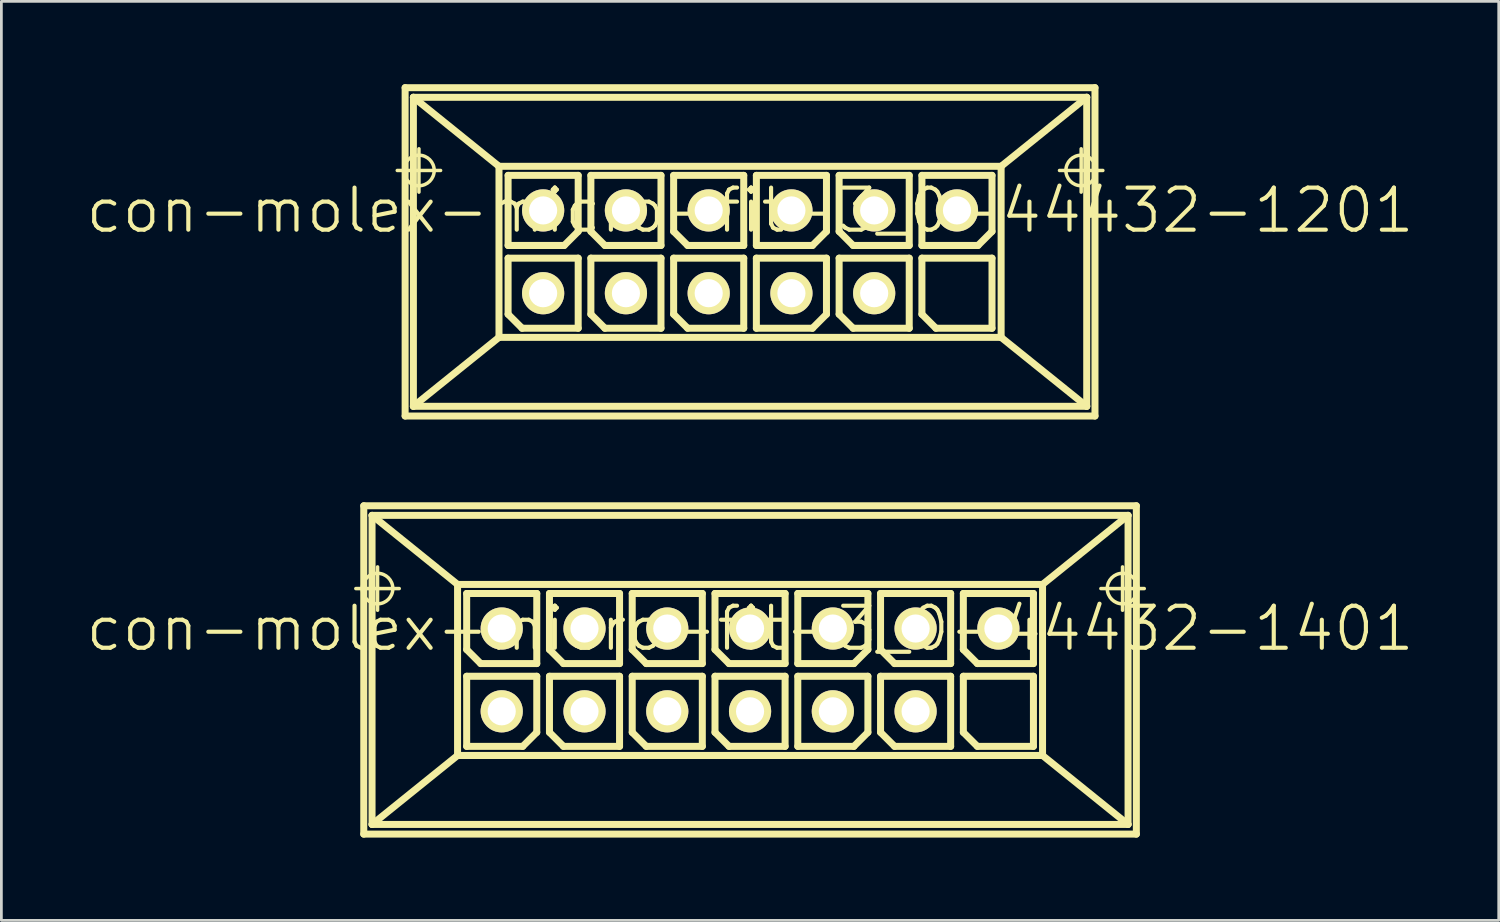
<source format=kicad_pcb>
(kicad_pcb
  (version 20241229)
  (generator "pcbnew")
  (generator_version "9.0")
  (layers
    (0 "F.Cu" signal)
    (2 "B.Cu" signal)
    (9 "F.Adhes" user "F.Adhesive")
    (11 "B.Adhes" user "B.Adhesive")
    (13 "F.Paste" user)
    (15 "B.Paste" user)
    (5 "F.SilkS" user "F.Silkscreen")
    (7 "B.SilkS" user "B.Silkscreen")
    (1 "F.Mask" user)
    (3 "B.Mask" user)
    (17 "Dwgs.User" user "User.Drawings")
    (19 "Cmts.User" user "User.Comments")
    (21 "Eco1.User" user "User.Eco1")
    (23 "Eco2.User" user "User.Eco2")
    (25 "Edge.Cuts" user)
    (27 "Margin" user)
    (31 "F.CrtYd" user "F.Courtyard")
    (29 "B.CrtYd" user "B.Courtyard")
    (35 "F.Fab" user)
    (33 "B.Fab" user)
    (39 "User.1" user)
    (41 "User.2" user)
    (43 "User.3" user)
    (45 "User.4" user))
  (footprint "con-molex-micro-fit-3_0-44432-1201"
    (layer "F.Cu")
    (at 24.13 4.575)
    (property "Reference" "con-molex-micro-fit-3_0-44432-1201" (at 0 0 0) (layer "F.SilkS") (effects (font (size 1.524 1.524) (thickness 0.15))))
    (attr exclude_from_pos_files exclude_from_bom)
    (fp_line (start -12.784 -1.448) (end -11.214 -1.448) (stroke (width 0.127) (type solid)) (layer "F.SilkS"))
    (fp_line (start -12.499 -4.448) (end 12.499 -4.448) (stroke (width 0.254) (type solid)) (layer "F.SilkS"))
    (fp_line (start -12.499 7.45) (end -12.499 -4.448) (stroke (width 0.254) (type solid)) (layer "F.SilkS"))
    (fp_line (start -12.2 -4.1) (end -9.098 -1.598) (stroke (width 0.254) (type solid)) (layer "F.SilkS"))
    (fp_line (start -12.2 -4.1) (end 12.2 -4.1) (stroke (width 0.254) (type solid)) (layer "F.SilkS"))
    (fp_line (start -12.2 7.099) (end -12.2 -4.1) (stroke (width 0.254) (type solid)) (layer "F.SilkS"))
    (fp_line (start -11.999 -0.663) (end -11.999 -2.233) (stroke (width 0.127) (type solid)) (layer "F.SilkS"))
    (fp_line (start -9.098 -1.598) (end -9.098 4.6) (stroke (width 0.254) (type solid)) (layer "F.SilkS"))
    (fp_line (start -9.098 -1.598) (end 9.098 -1.598) (stroke (width 0.254) (type solid)) (layer "F.SilkS"))
    (fp_line (start -9.098 4.6) (end -12.2 7.099) (stroke (width 0.254) (type solid)) (layer "F.SilkS"))
    (fp_line (start -9.098 4.6) (end 9.098 4.6) (stroke (width 0.254) (type solid)) (layer "F.SilkS"))
    (fp_line (start -8.768 -1.27) (end -6.228 -1.27) (stroke (width 0.254) (type solid)) (layer "F.SilkS"))
    (fp_line (start -8.768 1.27) (end -8.768 -1.27) (stroke (width 0.254) (type solid)) (layer "F.SilkS"))
    (fp_line (start -8.768 1.73) (end -6.228 1.73) (stroke (width 0.254) (type solid)) (layer "F.SilkS"))
    (fp_line (start -8.768 3.762) (end -8.768 1.73) (stroke (width 0.254) (type solid)) (layer "F.SilkS"))
    (fp_line (start -8.26 4.27) (end -8.768 3.762) (stroke (width 0.254) (type solid)) (layer "F.SilkS"))
    (fp_line (start -6.736 1.27) (end -8.768 1.27) (stroke (width 0.254) (type solid)) (layer "F.SilkS"))
    (fp_line (start -6.228 -1.27) (end -6.228 0.762) (stroke (width 0.254) (type solid)) (layer "F.SilkS"))
    (fp_line (start -6.228 0.762) (end -6.736 1.27) (stroke (width 0.254) (type solid)) (layer "F.SilkS"))
    (fp_line (start -6.228 1.73) (end -6.228 4.27) (stroke (width 0.254) (type solid)) (layer "F.SilkS"))
    (fp_line (start -6.228 4.27) (end -8.26 4.27) (stroke (width 0.254) (type solid)) (layer "F.SilkS"))
    (fp_line (start -5.768 -1.27) (end -3.228 -1.27) (stroke (width 0.254) (type solid)) (layer "F.SilkS"))
    (fp_line (start -5.768 0.762) (end -5.768 -1.27) (stroke (width 0.254) (type solid)) (layer "F.SilkS"))
    (fp_line (start -5.768 1.73) (end -3.228 1.73) (stroke (width 0.254) (type solid)) (layer "F.SilkS"))
    (fp_line (start -5.768 3.762) (end -5.768 1.73) (stroke (width 0.254) (type solid)) (layer "F.SilkS"))
    (fp_line (start -5.26 1.27) (end -5.768 0.762) (stroke (width 0.254) (type solid)) (layer "F.SilkS"))
    (fp_line (start -5.26 4.27) (end -5.768 3.762) (stroke (width 0.254) (type solid)) (layer "F.SilkS"))
    (fp_line (start -3.228 -1.27) (end -3.228 1.27) (stroke (width 0.254) (type solid)) (layer "F.SilkS"))
    (fp_line (start -3.228 1.27) (end -5.26 1.27) (stroke (width 0.254) (type solid)) (layer "F.SilkS"))
    (fp_line (start -3.228 1.73) (end -3.228 4.27) (stroke (width 0.254) (type solid)) (layer "F.SilkS"))
    (fp_line (start -3.228 4.27) (end -5.26 4.27) (stroke (width 0.254) (type solid)) (layer "F.SilkS"))
    (fp_line (start -2.769 -1.27) (end -0.229 -1.27) (stroke (width 0.254) (type solid)) (layer "F.SilkS"))
    (fp_line (start -2.769 0.762) (end -2.769 -1.27) (stroke (width 0.254) (type solid)) (layer "F.SilkS"))
    (fp_line (start -2.769 1.73) (end -0.229 1.73) (stroke (width 0.254) (type solid)) (layer "F.SilkS"))
    (fp_line (start -2.769 3.762) (end -2.769 1.73) (stroke (width 0.254) (type solid)) (layer "F.SilkS"))
    (fp_line (start -2.261 1.27) (end -2.769 0.762) (stroke (width 0.254) (type solid)) (layer "F.SilkS"))
    (fp_line (start -2.261 4.27) (end -2.769 3.762) (stroke (width 0.254) (type solid)) (layer "F.SilkS"))
    (fp_line (start -0.229 -1.27) (end -0.229 1.27) (stroke (width 0.254) (type solid)) (layer "F.SilkS"))
    (fp_line (start -0.229 1.27) (end -2.261 1.27) (stroke (width 0.254) (type solid)) (layer "F.SilkS"))
    (fp_line (start -0.229 1.73) (end -0.229 4.27) (stroke (width 0.254) (type solid)) (layer "F.SilkS"))
    (fp_line (start -0.229 4.27) (end -2.261 4.27) (stroke (width 0.254) (type solid)) (layer "F.SilkS"))
    (fp_line (start 0.229 -1.27) (end 2.769 -1.27) (stroke (width 0.254) (type solid)) (layer "F.SilkS"))
    (fp_line (start 0.229 1.27) (end 0.229 -1.27) (stroke (width 0.254) (type solid)) (layer "F.SilkS"))
    (fp_line (start 0.229 1.73) (end 2.769 1.73) (stroke (width 0.254) (type solid)) (layer "F.SilkS"))
    (fp_line (start 0.229 4.27) (end 0.229 1.73) (stroke (width 0.254) (type solid)) (layer "F.SilkS"))
    (fp_line (start 2.261 1.27) (end 0.229 1.27) (stroke (width 0.254) (type solid)) (layer "F.SilkS"))
    (fp_line (start 2.261 4.27) (end 0.229 4.27) (stroke (width 0.254) (type solid)) (layer "F.SilkS"))
    (fp_line (start 2.769 -1.27) (end 2.769 0.762) (stroke (width 0.254) (type solid)) (layer "F.SilkS"))
    (fp_line (start 2.769 0.762) (end 2.261 1.27) (stroke (width 0.254) (type solid)) (layer "F.SilkS"))
    (fp_line (start 2.769 1.73) (end 2.769 3.762) (stroke (width 0.254) (type solid)) (layer "F.SilkS"))
    (fp_line (start 2.769 3.762) (end 2.261 4.27) (stroke (width 0.254) (type solid)) (layer "F.SilkS"))
    (fp_line (start 3.228 -1.27) (end 5.768 -1.27) (stroke (width 0.254) (type solid)) (layer "F.SilkS"))
    (fp_line (start 3.228 0.762) (end 3.228 -1.27) (stroke (width 0.254) (type solid)) (layer "F.SilkS"))
    (fp_line (start 3.228 1.73) (end 5.768 1.73) (stroke (width 0.254) (type solid)) (layer "F.SilkS"))
    (fp_line (start 3.228 3.762) (end 3.228 1.73) (stroke (width 0.254) (type solid)) (layer "F.SilkS"))
    (fp_line (start 3.736 1.27) (end 3.228 0.762) (stroke (width 0.254) (type solid)) (layer "F.SilkS"))
    (fp_line (start 3.736 4.27) (end 3.228 3.762) (stroke (width 0.254) (type solid)) (layer "F.SilkS"))
    (fp_line (start 5.768 -1.27) (end 5.768 1.27) (stroke (width 0.254) (type solid)) (layer "F.SilkS"))
    (fp_line (start 5.768 1.27) (end 3.736 1.27) (stroke (width 0.254) (type solid)) (layer "F.SilkS"))
    (fp_line (start 5.768 1.73) (end 5.768 4.27) (stroke (width 0.254) (type solid)) (layer "F.SilkS"))
    (fp_line (start 5.768 4.27) (end 3.736 4.27) (stroke (width 0.254) (type solid)) (layer "F.SilkS"))
    (fp_line (start 6.228 -1.27) (end 8.768 -1.27) (stroke (width 0.254) (type solid)) (layer "F.SilkS"))
    (fp_line (start 6.228 1.27) (end 6.228 -1.27) (stroke (width 0.254) (type solid)) (layer "F.SilkS"))
    (fp_line (start 6.228 1.73) (end 8.768 1.73) (stroke (width 0.254) (type solid)) (layer "F.SilkS"))
    (fp_line (start 6.228 3.762) (end 6.228 1.73) (stroke (width 0.254) (type solid)) (layer "F.SilkS"))
    (fp_line (start 6.736 4.27) (end 6.228 3.762) (stroke (width 0.254) (type solid)) (layer "F.SilkS"))
    (fp_line (start 8.26 1.27) (end 6.228 1.27) (stroke (width 0.254) (type solid)) (layer "F.SilkS"))
    (fp_line (start 8.768 -1.27) (end 8.768 0.762) (stroke (width 0.254) (type solid)) (layer "F.SilkS"))
    (fp_line (start 8.768 0.762) (end 8.26 1.27) (stroke (width 0.254) (type solid)) (layer "F.SilkS"))
    (fp_line (start 8.768 1.73) (end 8.768 4.27) (stroke (width 0.254) (type solid)) (layer "F.SilkS"))
    (fp_line (start 8.768 4.27) (end 6.736 4.27) (stroke (width 0.254) (type solid)) (layer "F.SilkS"))
    (fp_line (start 9.098 -1.598) (end 12.2 -4.1) (stroke (width 0.254) (type solid)) (layer "F.SilkS"))
    (fp_line (start 9.098 4.6) (end 9.098 -1.598) (stroke (width 0.254) (type solid)) (layer "F.SilkS"))
    (fp_line (start 9.098 4.6) (end 12.2 7.099) (stroke (width 0.254) (type solid)) (layer "F.SilkS"))
    (fp_line (start 11.214 -1.448) (end 12.784 -1.448) (stroke (width 0.127) (type solid)) (layer "F.SilkS"))
    (fp_line (start 11.999 -0.663) (end 11.999 -2.233) (stroke (width 0.127) (type solid)) (layer "F.SilkS"))
    (fp_line (start 12.2 -4.1) (end 12.2 7.099) (stroke (width 0.254) (type solid)) (layer "F.SilkS"))
    (fp_line (start 12.2 7.099) (end -12.2 7.099) (stroke (width 0.254) (type solid)) (layer "F.SilkS"))
    (fp_line (start 12.499 -4.448) (end 12.499 7.45) (stroke (width 0.254) (type solid)) (layer "F.SilkS"))
    (fp_line (start 12.499 7.45) (end -12.499 7.45) (stroke (width 0.254) (type solid)) (layer "F.SilkS"))
    (fp_circle (center -11.999 -1.448) (end -12.39 -1.839) (stroke (width 0.127) (type solid)) (fill no) (layer "F.SilkS"))
    (fp_circle (center 11.999 -1.448) (end 12.39 -1.839) (stroke (width 0.127) (type solid)) (fill no) (layer "F.SilkS"))
    (pad "P$1" thru_hole rect (at 7.498 3) (size 0.001 0.001) (drill 1.019) (layers "*.Cu" "F.Mask" "F.SilkS" "F.Paste"))
    (pad "P$2" thru_hole circle (at 4.498 3) (size 1.529 1.529) (drill 1.019) (layers "*.Cu" "F.Mask" "F.SilkS" "F.Paste"))
    (pad "P$3" thru_hole circle (at 1.499 3) (size 1.529 1.529) (drill 1.019) (layers "*.Cu" "F.Mask" "F.SilkS" "F.Paste"))
    (pad "P$4" thru_hole circle (at -1.499 3) (size 1.529 1.529) (drill 1.019) (layers "*.Cu" "F.Mask" "F.SilkS" "F.Paste"))
    (pad "P$5" thru_hole circle (at -4.498 3) (size 1.529 1.529) (drill 1.019) (layers "*.Cu" "F.Mask" "F.SilkS" "F.Paste"))
    (pad "P$6" thru_hole circle (at -7.498 3) (size 1.529 1.529) (drill 1.019) (layers "*.Cu" "F.Mask" "F.SilkS" "F.Paste"))
    (pad "P$7" thru_hole circle (at 7.498 0) (size 1.529 1.529) (drill 1.019) (layers "*.Cu" "F.Mask" "F.SilkS" "F.Paste"))
    (pad "P$8" thru_hole circle (at 4.498 0) (size 1.529 1.529) (drill 1.019) (layers "*.Cu" "F.Mask" "F.SilkS" "F.Paste"))
    (pad "P$9" thru_hole circle (at 1.499 0) (size 1.529 1.529) (drill 1.019) (layers "*.Cu" "F.Mask" "F.SilkS" "F.Paste"))
    (pad "P$10" thru_hole circle (at -1.499 0) (size 1.529 1.529) (drill 1.019) (layers "*.Cu" "F.Mask" "F.SilkS" "F.Paste"))
    (pad "P$11" thru_hole circle (at -4.498 0) (size 1.529 1.529) (drill 1.019) (layers "*.Cu" "F.Mask" "F.SilkS" "F.Paste"))
    (pad "P$12" thru_hole circle (at -7.498 0) (size 1.529 1.529) (drill 1.019) (layers "*.Cu" "F.Mask" "F.SilkS" "F.Paste")))
  (footprint "con-molex-micro-fit-3_0-44432-1401"
    (layer "F.Cu")
    (at 24.13 19.726)
    (property "Reference" "con-molex-micro-fit-3_0-44432-1401" (at 0 0 0) (layer "F.SilkS") (effects (font (size 1.524 1.524) (thickness 0.15))))
    (attr exclude_from_pos_files exclude_from_bom)
    (fp_line (start -14.285 -1.448) (end -12.713 -1.448) (stroke (width 0.127) (type solid)) (layer "F.SilkS"))
    (fp_line (start -13.998 -4.448) (end 13.998 -4.448) (stroke (width 0.254) (type solid)) (layer "F.SilkS"))
    (fp_line (start -13.998 7.45) (end -13.998 -4.448) (stroke (width 0.254) (type solid)) (layer "F.SilkS"))
    (fp_line (start -13.698 -4.1) (end -10.599 -1.598) (stroke (width 0.254) (type solid)) (layer "F.SilkS"))
    (fp_line (start -13.698 -4.1) (end 13.698 -4.1) (stroke (width 0.254) (type solid)) (layer "F.SilkS"))
    (fp_line (start -13.698 7.099) (end -13.698 -4.1) (stroke (width 0.254) (type solid)) (layer "F.SilkS"))
    (fp_line (start -13.498 -0.663) (end -13.498 -2.233) (stroke (width 0.127) (type solid)) (layer "F.SilkS"))
    (fp_line (start -10.599 -1.598) (end -10.599 4.6) (stroke (width 0.254) (type solid)) (layer "F.SilkS"))
    (fp_line (start -10.599 -1.598) (end 10.599 -1.598) (stroke (width 0.254) (type solid)) (layer "F.SilkS"))
    (fp_line (start -10.599 4.6) (end -13.698 7.099) (stroke (width 0.254) (type solid)) (layer "F.SilkS"))
    (fp_line (start -10.599 4.6) (end 10.599 4.6) (stroke (width 0.254) (type solid)) (layer "F.SilkS"))
    (fp_line (start -10.269 -1.27) (end -7.729 -1.27) (stroke (width 0.254) (type solid)) (layer "F.SilkS"))
    (fp_line (start -10.269 0.762) (end -10.269 -1.27) (stroke (width 0.254) (type solid)) (layer "F.SilkS"))
    (fp_line (start -10.269 1.73) (end -7.729 1.73) (stroke (width 0.254) (type solid)) (layer "F.SilkS"))
    (fp_line (start -10.269 4.27) (end -10.269 1.73) (stroke (width 0.254) (type solid)) (layer "F.SilkS"))
    (fp_line (start -9.761 1.27) (end -10.269 0.762) (stroke (width 0.254) (type solid)) (layer "F.SilkS"))
    (fp_line (start -8.237 4.27) (end -10.269 4.27) (stroke (width 0.254) (type solid)) (layer "F.SilkS"))
    (fp_line (start -7.729 -1.27) (end -7.729 1.27) (stroke (width 0.254) (type solid)) (layer "F.SilkS"))
    (fp_line (start -7.729 1.27) (end -9.761 1.27) (stroke (width 0.254) (type solid)) (layer "F.SilkS"))
    (fp_line (start -7.729 1.73) (end -7.729 3.762) (stroke (width 0.254) (type solid)) (layer "F.SilkS"))
    (fp_line (start -7.729 3.762) (end -8.237 4.27) (stroke (width 0.254) (type solid)) (layer "F.SilkS"))
    (fp_line (start -7.269 -1.27) (end -4.729 -1.27) (stroke (width 0.254) (type solid)) (layer "F.SilkS"))
    (fp_line (start -7.269 0.762) (end -7.269 -1.27) (stroke (width 0.254) (type solid)) (layer "F.SilkS"))
    (fp_line (start -7.269 1.73) (end -4.729 1.73) (stroke (width 0.254) (type solid)) (layer "F.SilkS"))
    (fp_line (start -7.269 3.762) (end -7.269 1.73) (stroke (width 0.254) (type solid)) (layer "F.SilkS"))
    (fp_line (start -6.761 1.27) (end -7.269 0.762) (stroke (width 0.254) (type solid)) (layer "F.SilkS"))
    (fp_line (start -6.761 4.27) (end -7.269 3.762) (stroke (width 0.254) (type solid)) (layer "F.SilkS"))
    (fp_line (start -4.729 -1.27) (end -4.729 1.27) (stroke (width 0.254) (type solid)) (layer "F.SilkS"))
    (fp_line (start -4.729 1.27) (end -6.761 1.27) (stroke (width 0.254) (type solid)) (layer "F.SilkS"))
    (fp_line (start -4.729 1.73) (end -4.729 4.27) (stroke (width 0.254) (type solid)) (layer "F.SilkS"))
    (fp_line (start -4.729 4.27) (end -6.761 4.27) (stroke (width 0.254) (type solid)) (layer "F.SilkS"))
    (fp_line (start -4.27 -1.27) (end -1.73 -1.27) (stroke (width 0.254) (type solid)) (layer "F.SilkS"))
    (fp_line (start -4.27 0.762) (end -4.27 -1.27) (stroke (width 0.254) (type solid)) (layer "F.SilkS"))
    (fp_line (start -4.27 1.73) (end -1.73 1.73) (stroke (width 0.254) (type solid)) (layer "F.SilkS"))
    (fp_line (start -4.27 3.762) (end -4.27 1.73) (stroke (width 0.254) (type solid)) (layer "F.SilkS"))
    (fp_line (start -3.762 1.27) (end -4.27 0.762) (stroke (width 0.254) (type solid)) (layer "F.SilkS"))
    (fp_line (start -3.762 4.27) (end -4.27 3.762) (stroke (width 0.254) (type solid)) (layer "F.SilkS"))
    (fp_line (start -1.73 -1.27) (end -1.73 1.27) (stroke (width 0.254) (type solid)) (layer "F.SilkS"))
    (fp_line (start -1.73 1.27) (end -3.762 1.27) (stroke (width 0.254) (type solid)) (layer "F.SilkS"))
    (fp_line (start -1.73 1.73) (end -1.73 4.27) (stroke (width 0.254) (type solid)) (layer "F.SilkS"))
    (fp_line (start -1.73 4.27) (end -3.762 4.27) (stroke (width 0.254) (type solid)) (layer "F.SilkS"))
    (fp_line (start -1.27 -1.27) (end 1.27 -1.27) (stroke (width 0.254) (type solid)) (layer "F.SilkS"))
    (fp_line (start -1.27 0.762) (end -1.27 -1.27) (stroke (width 0.254) (type solid)) (layer "F.SilkS"))
    (fp_line (start -1.27 1.73) (end 1.27 1.73) (stroke (width 0.254) (type solid)) (layer "F.SilkS"))
    (fp_line (start -1.27 3.762) (end -1.27 1.73) (stroke (width 0.254) (type solid)) (layer "F.SilkS"))
    (fp_line (start -0.762 1.27) (end -1.27 0.762) (stroke (width 0.254) (type solid)) (layer "F.SilkS"))
    (fp_line (start -0.762 4.27) (end -1.27 3.762) (stroke (width 0.254) (type solid)) (layer "F.SilkS"))
    (fp_line (start 1.27 -1.27) (end 1.27 1.27) (stroke (width 0.254) (type solid)) (layer "F.SilkS"))
    (fp_line (start 1.27 1.27) (end -0.762 1.27) (stroke (width 0.254) (type solid)) (layer "F.SilkS"))
    (fp_line (start 1.27 1.73) (end 1.27 4.27) (stroke (width 0.254) (type solid)) (layer "F.SilkS"))
    (fp_line (start 1.27 4.27) (end -0.762 4.27) (stroke (width 0.254) (type solid)) (layer "F.SilkS"))
    (fp_line (start 1.73 -1.27) (end 4.27 -1.27) (stroke (width 0.254) (type solid)) (layer "F.SilkS"))
    (fp_line (start 1.73 1.27) (end 1.73 -1.27) (stroke (width 0.254) (type solid)) (layer "F.SilkS"))
    (fp_line (start 1.73 1.73) (end 4.27 1.73) (stroke (width 0.254) (type solid)) (layer "F.SilkS"))
    (fp_line (start 1.73 4.27) (end 1.73 1.73) (stroke (width 0.254) (type solid)) (layer "F.SilkS"))
    (fp_line (start 3.762 1.27) (end 1.73 1.27) (stroke (width 0.254) (type solid)) (layer "F.SilkS"))
    (fp_line (start 3.762 4.27) (end 1.73 4.27) (stroke (width 0.254) (type solid)) (layer "F.SilkS"))
    (fp_line (start 4.27 -1.27) (end 4.27 0.762) (stroke (width 0.254) (type solid)) (layer "F.SilkS"))
    (fp_line (start 4.27 0.762) (end 3.762 1.27) (stroke (width 0.254) (type solid)) (layer "F.SilkS"))
    (fp_line (start 4.27 1.73) (end 4.27 3.762) (stroke (width 0.254) (type solid)) (layer "F.SilkS"))
    (fp_line (start 4.27 3.762) (end 3.762 4.27) (stroke (width 0.254) (type solid)) (layer "F.SilkS"))
    (fp_line (start 4.729 -1.27) (end 7.269 -1.27) (stroke (width 0.254) (type solid)) (layer "F.SilkS"))
    (fp_line (start 4.729 0.762) (end 4.729 -1.27) (stroke (width 0.254) (type solid)) (layer "F.SilkS"))
    (fp_line (start 4.729 1.73) (end 7.269 1.73) (stroke (width 0.254) (type solid)) (layer "F.SilkS"))
    (fp_line (start 4.729 3.762) (end 4.729 1.73) (stroke (width 0.254) (type solid)) (layer "F.SilkS"))
    (fp_line (start 5.237 1.27) (end 4.729 0.762) (stroke (width 0.254) (type solid)) (layer "F.SilkS"))
    (fp_line (start 5.237 4.27) (end 4.729 3.762) (stroke (width 0.254) (type solid)) (layer "F.SilkS"))
    (fp_line (start 7.269 -1.27) (end 7.269 1.27) (stroke (width 0.254) (type solid)) (layer "F.SilkS"))
    (fp_line (start 7.269 1.27) (end 5.237 1.27) (stroke (width 0.254) (type solid)) (layer "F.SilkS"))
    (fp_line (start 7.269 1.73) (end 7.269 4.27) (stroke (width 0.254) (type solid)) (layer "F.SilkS"))
    (fp_line (start 7.269 4.27) (end 5.237 4.27) (stroke (width 0.254) (type solid)) (layer "F.SilkS"))
    (fp_line (start 7.729 -1.27) (end 10.269 -1.27) (stroke (width 0.254) (type solid)) (layer "F.SilkS"))
    (fp_line (start 7.729 0.762) (end 7.729 -1.27) (stroke (width 0.254) (type solid)) (layer "F.SilkS"))
    (fp_line (start 7.729 1.73) (end 10.269 1.73) (stroke (width 0.254) (type solid)) (layer "F.SilkS"))
    (fp_line (start 7.729 3.762) (end 7.729 1.73) (stroke (width 0.254) (type solid)) (layer "F.SilkS"))
    (fp_line (start 8.237 1.27) (end 7.729 0.762) (stroke (width 0.254) (type solid)) (layer "F.SilkS"))
    (fp_line (start 8.237 4.27) (end 7.729 3.762) (stroke (width 0.254) (type solid)) (layer "F.SilkS"))
    (fp_line (start 10.269 -1.27) (end 10.269 1.27) (stroke (width 0.254) (type solid)) (layer "F.SilkS"))
    (fp_line (start 10.269 1.27) (end 8.237 1.27) (stroke (width 0.254) (type solid)) (layer "F.SilkS"))
    (fp_line (start 10.269 1.73) (end 10.269 4.27) (stroke (width 0.254) (type solid)) (layer "F.SilkS"))
    (fp_line (start 10.269 4.27) (end 8.237 4.27) (stroke (width 0.254) (type solid)) (layer "F.SilkS"))
    (fp_line (start 10.599 -1.598) (end 13.698 -4.1) (stroke (width 0.254) (type solid)) (layer "F.SilkS"))
    (fp_line (start 10.599 4.6) (end 10.599 -1.598) (stroke (width 0.254) (type solid)) (layer "F.SilkS"))
    (fp_line (start 10.599 4.6) (end 13.698 7.099) (stroke (width 0.254) (type solid)) (layer "F.SilkS"))
    (fp_line (start 12.713 -1.448) (end 14.285 -1.448) (stroke (width 0.127) (type solid)) (layer "F.SilkS"))
    (fp_line (start 13.498 -0.663) (end 13.498 -2.233) (stroke (width 0.127) (type solid)) (layer "F.SilkS"))
    (fp_line (start 13.698 -4.1) (end 13.698 7.099) (stroke (width 0.254) (type solid)) (layer "F.SilkS"))
    (fp_line (start 13.698 7.099) (end -13.698 7.099) (stroke (width 0.254) (type solid)) (layer "F.SilkS"))
    (fp_line (start 13.998 -4.448) (end 13.998 7.45) (stroke (width 0.254) (type solid)) (layer "F.SilkS"))
    (fp_line (start 13.998 7.45) (end -13.998 7.45) (stroke (width 0.254) (type solid)) (layer "F.SilkS"))
    (fp_circle (center -13.498 -1.448) (end -13.889 -1.839) (stroke (width 0.127) (type solid)) (fill no) (layer "F.SilkS"))
    (fp_circle (center 13.498 -1.448) (end 13.889 -1.839) (stroke (width 0.127) (type solid)) (fill no) (layer "F.SilkS"))
    (pad "P$1" thru_hole rect (at 8.999 3) (size 0.001 0.001) (drill 1.019) (layers "*.Cu" "F.Mask" "F.SilkS" "F.Paste"))
    (pad "P$2" thru_hole circle (at 5.999 3) (size 1.529 1.529) (drill 1.019) (layers "*.Cu" "F.Mask" "F.SilkS" "F.Paste"))
    (pad "P$3" thru_hole circle (at 3 3) (size 1.529 1.529) (drill 1.019) (layers "*.Cu" "F.Mask" "F.SilkS" "F.Paste"))
    (pad "P$4" thru_hole circle (at 0 3) (size 1.529 1.529) (drill 1.019) (layers "*.Cu" "F.Mask" "F.SilkS" "F.Paste"))
    (pad "P$5" thru_hole circle (at -3 3) (size 1.529 1.529) (drill 1.019) (layers "*.Cu" "F.Mask" "F.SilkS" "F.Paste"))
    (pad "P$6" thru_hole circle (at -5.999 3) (size 1.529 1.529) (drill 1.019) (layers "*.Cu" "F.Mask" "F.SilkS" "F.Paste"))
    (pad "P$7" thru_hole circle (at -8.999 3) (size 1.529 1.529) (drill 1.019) (layers "*.Cu" "F.Mask" "F.SilkS" "F.Paste"))
    (pad "P$8" thru_hole circle (at 8.999 0) (size 1.529 1.529) (drill 1.019) (layers "*.Cu" "F.Mask" "F.SilkS" "F.Paste"))
    (pad "P$9" thru_hole circle (at 5.999 0) (size 1.529 1.529) (drill 1.019) (layers "*.Cu" "F.Mask" "F.SilkS" "F.Paste"))
    (pad "P$10" thru_hole circle (at 3 0) (size 1.529 1.529) (drill 1.019) (layers "*.Cu" "F.Mask" "F.SilkS" "F.Paste"))
    (pad "P$11" thru_hole circle (at 0 0) (size 1.529 1.529) (drill 1.019) (layers "*.Cu" "F.Mask" "F.SilkS" "F.Paste"))
    (pad "P$12" thru_hole circle (at -3 0) (size 1.529 1.529) (drill 1.019) (layers "*.Cu" "F.Mask" "F.SilkS" "F.Paste"))
    (pad "P$13" thru_hole circle (at -5.999 0) (size 1.529 1.529) (drill 1.019) (layers "*.Cu" "F.Mask" "F.SilkS" "F.Paste"))
    (pad "P$14" thru_hole circle (at -8.999 0) (size 1.529 1.529) (drill 1.019) (layers "*.Cu" "F.Mask" "F.SilkS" "F.Paste")))
  (gr_rect
    (start -3 -3)
    (end 51.26 30.303)
    (stroke (width 0.1) (type default))
    (fill no)
    (layer "Edge.Cuts")))
</source>
